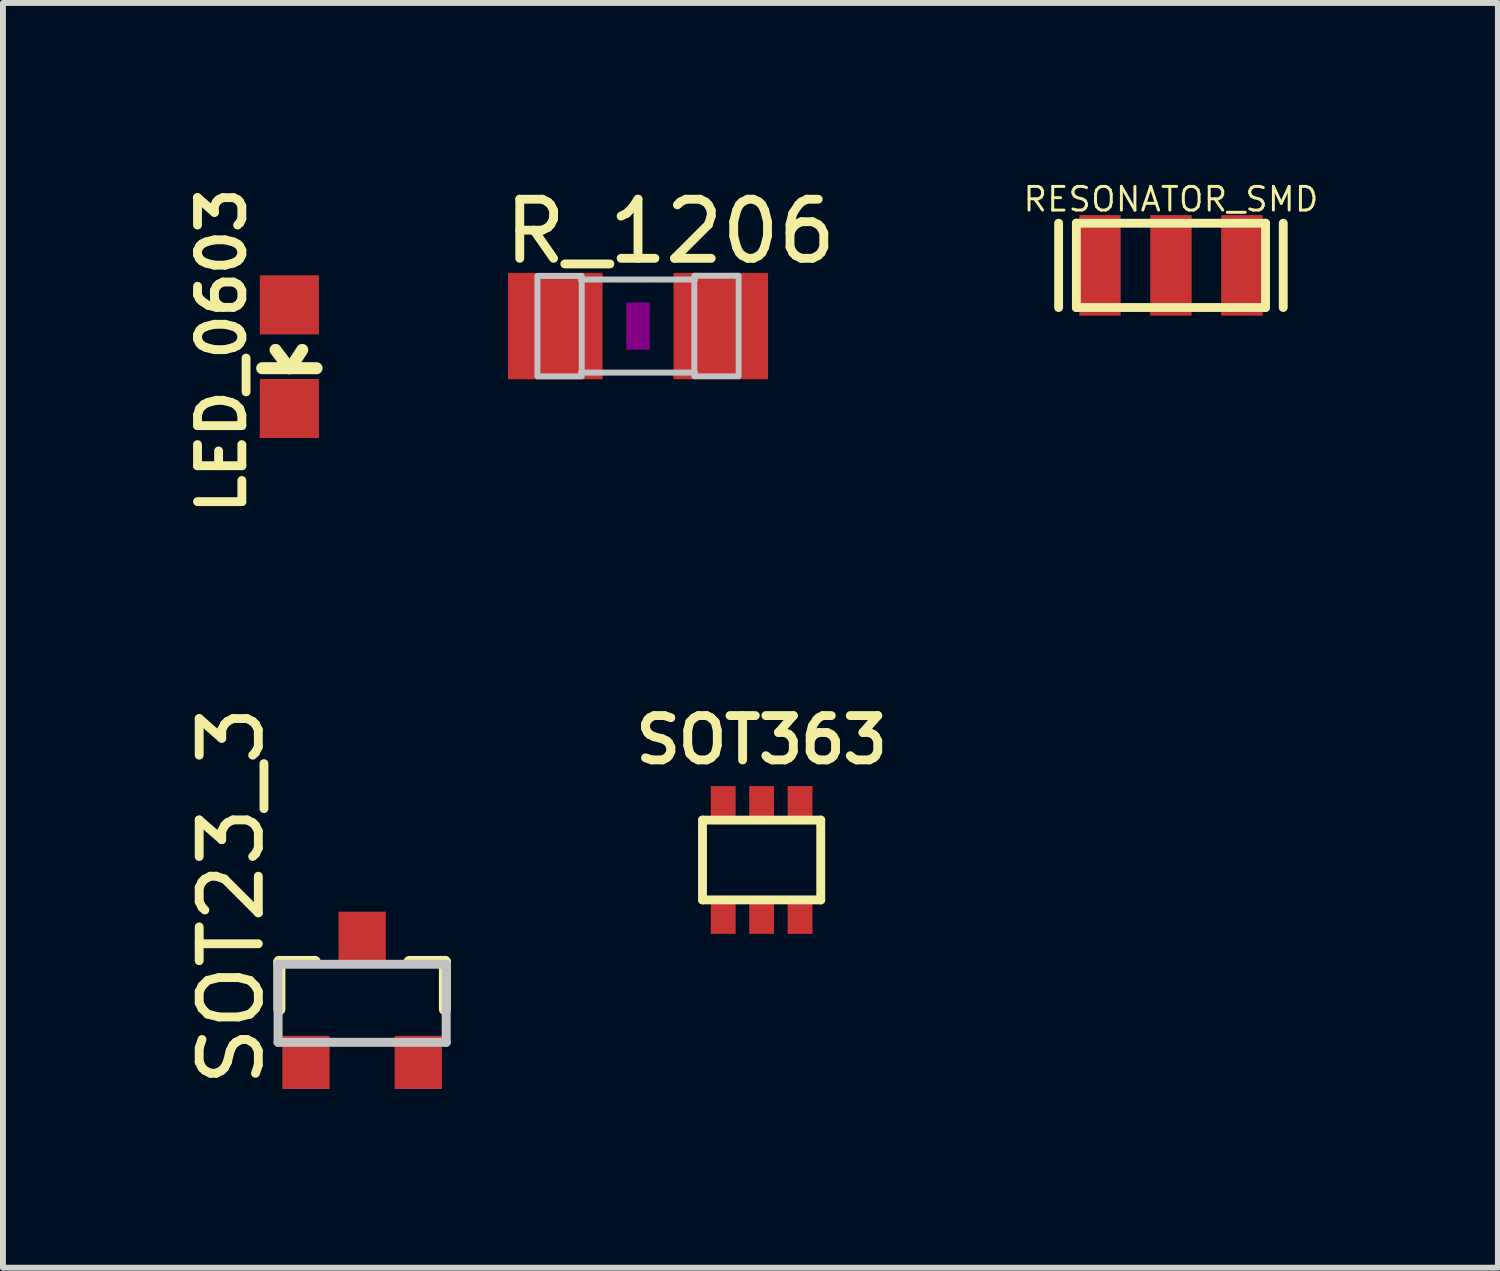
<source format=kicad_pcb>
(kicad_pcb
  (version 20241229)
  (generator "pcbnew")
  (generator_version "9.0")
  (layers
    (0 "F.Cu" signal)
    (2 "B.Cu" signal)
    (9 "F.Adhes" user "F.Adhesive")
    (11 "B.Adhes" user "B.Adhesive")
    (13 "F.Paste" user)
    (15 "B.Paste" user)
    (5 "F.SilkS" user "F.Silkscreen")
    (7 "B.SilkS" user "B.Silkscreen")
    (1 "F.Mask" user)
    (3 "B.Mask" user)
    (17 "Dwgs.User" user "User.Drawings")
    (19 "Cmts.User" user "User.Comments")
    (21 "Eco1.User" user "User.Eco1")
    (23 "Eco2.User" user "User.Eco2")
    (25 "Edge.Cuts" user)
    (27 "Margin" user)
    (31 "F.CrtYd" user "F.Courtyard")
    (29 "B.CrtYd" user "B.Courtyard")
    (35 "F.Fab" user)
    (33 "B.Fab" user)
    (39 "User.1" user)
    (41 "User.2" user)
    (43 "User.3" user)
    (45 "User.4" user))
  (footprint "R_1206"
    (layer "F.Cu")
    (at 7.743 2.466)
    (property "Reference" "R_1206" (at -2.337 -1.016 0) (layer "F.SilkS") (effects (font (size 1 1) (thickness 0.15)) (justify left bottom)))
    (attr through_hole)
    (fp_poly (pts (xy -0.2 0.4) (xy 0.2 0.4) (xy 0.2 -0.4) (xy -0.2 -0.4)) (stroke (width 0) (type solid)) (fill yes) (layer "F.Adhes"))
    (fp_line (start -0.965 -0.787) (end 0.965 -0.787) (stroke (width 0.102) (type solid)) (layer "Dwgs.User"))
    (fp_line (start -0.965 0.787) (end 0.965 0.787) (stroke (width 0.102) (type solid)) (layer "Dwgs.User"))
    (fp_poly (pts (xy -1.702 0.851) (xy -0.952 0.851) (xy -0.952 -0.849) (xy -1.702 -0.849)) (stroke (width 0.1) (type solid)) (fill no) (layer "Dwgs.User"))
    (fp_poly (pts (xy 0.952 0.849) (xy 1.702 0.849) (xy 1.702 -0.851) (xy 0.952 -0.851)) (stroke (width 0.1) (type solid)) (fill no) (layer "Dwgs.User"))
    (pad "1" smd rect (at -1.4 0) (size 1.6 1.8) (layers "F.Cu" "F.Mask" "F.Paste"))
    (pad "2" smd rect (at 1.4 0) (size 1.6 1.8) (layers "F.Cu" "F.Mask" "F.Paste")))
  (footprint "LED_0603"
    (layer "F.Cu")
    (at 1.845 2.984)
    (property "Reference" "LED_0603" (at -1.143 -0.102 90) (layer "F.SilkS") (effects (font (size 0.75 0.75) (thickness 0.15))))
    (attr through_hole)
    (fp_line (start -0.46 0.195) (end 0 0.195) (stroke (width 0.203) (type solid)) (layer "F.SilkS"))
    (fp_line (start 0 0.195) (end -0.234 -0.115) (stroke (width 0.203) (type solid)) (layer "F.SilkS"))
    (fp_line (start 0.025 0.18) (end 0.218 -0.115) (stroke (width 0.203) (type solid)) (layer "F.SilkS"))
    (fp_line (start 0.46 0.195) (end 0 0.195) (stroke (width 0.203) (type solid)) (layer "F.SilkS"))
    (pad "1" smd rect (at 0 0.877) (size 1 1) (layers "F.Cu" "F.Mask" "F.Paste"))
    (pad "2" smd rect (at 0 -0.877) (size 1 1) (layers "F.Cu" "F.Mask" "F.Paste")))
  (footprint "SOT363"
    (layer "F.Cu")
    (at 9.834 11.498)
    (property "Reference" "SOT363" (at 0 -2.032 0) (layer "F.SilkS") (effects (font (size 0.75 0.75) (thickness 0.15))))
    (attr through_hole)
    (fp_line (start -1 -0.675) (end -1 0.675) (stroke (width 0.15) (type solid)) (layer "F.SilkS"))
    (fp_line (start -1 -0.675) (end 1 -0.675) (stroke (width 0.15) (type solid)) (layer "F.SilkS"))
    (fp_line (start -1 0.675) (end 1 0.675) (stroke (width 0.15) (type solid)) (layer "F.SilkS"))
    (fp_line (start 1 -0.675) (end 1 0.675) (stroke (width 0.15) (type solid)) (layer "F.SilkS"))
    (pad "1" smd rect (at -0.65 -0.95) (size 0.42 0.6) (layers "F.Cu" "F.Mask" "F.Paste"))
    (pad "2" smd rect (at -0.65 0.95) (size 0.42 0.6) (layers "F.Cu" "F.Mask" "F.Paste"))
    (pad "3" smd rect (at 0 -0.95) (size 0.42 0.6) (layers "F.Cu" "F.Mask" "F.Paste"))
    (pad "4" smd rect (at 0 0.95) (size 0.42 0.6) (layers "F.Cu" "F.Mask" "F.Paste"))
    (pad "5" smd rect (at 0.65 -0.95) (size 0.42 0.6) (layers "F.Cu" "F.Mask" "F.Paste"))
    (pad "6" smd rect (at 0.65 0.95) (size 0.42 0.6) (layers "F.Cu" "F.Mask" "F.Paste")))
  (footprint "RESONATOR_SMD"
    (layer "F.Cu")
    (at 16.758 1.439)
    (property "Reference" "RESONATOR_SMD" (at 0 -1.118 0) (layer "F.SilkS") (effects (font (size 0.4 0.4) (thickness 0.05))))
    (attr through_hole)
    (fp_line (start -1.9 -0.713) (end -1.9 0.713) (stroke (width 0.15) (type solid)) (layer "F.SilkS"))
    (fp_line (start -1.6 -0.713) (end -1.6 0.713) (stroke (width 0.15) (type solid)) (layer "F.SilkS"))
    (fp_line (start -1.6 -0.713) (end 1.6 -0.713) (stroke (width 0.15) (type solid)) (layer "F.SilkS"))
    (fp_line (start 1.6 -0.713) (end 1.6 0.713) (stroke (width 0.15) (type solid)) (layer "F.SilkS"))
    (fp_line (start 1.6 0.713) (end -1.6 0.713) (stroke (width 0.15) (type solid)) (layer "F.SilkS"))
    (fp_line (start 1.9 -0.713) (end 1.9 0.713) (stroke (width 0.15) (type solid)) (layer "F.SilkS"))
    (pad "1" smd rect (at -1.2 0) (size 0.7 1.7) (layers "F.Cu" "F.Mask" "F.Paste"))
    (pad "2" smd rect (at 1.2 0) (size 0.7 1.7) (layers "F.Cu" "F.Mask" "F.Paste"))
    (pad "3" smd rect (at 0 0) (size 0.7 1.7) (layers "F.Cu" "F.Mask" "F.Paste")))
  (footprint "SOT23_3"
    (layer "F.Cu")
    (at 3.076 13.922)
    (property "Reference" "SOT23_3" (at -1.626 1.473 270) (layer "F.SilkS") (effects (font (size 1 1) (thickness 0.15)) (justify left bottom)))
    (attr through_hole)
    (fp_line (start -1.4 -0.7) (end -1.4 0.1) (stroke (width 0.203) (type solid)) (layer "F.SilkS"))
    (fp_line (start -0.8 -0.7) (end -1.4 -0.7) (stroke (width 0.203) (type solid)) (layer "F.SilkS"))
    (fp_line (start 0.8 -0.7) (end 1.4 -0.7) (stroke (width 0.203) (type solid)) (layer "F.SilkS"))
    (fp_line (start 1.4 -0.7) (end 1.4 0.1) (stroke (width 0.203) (type solid)) (layer "F.SilkS"))
    (fp_line (start -1.422 -0.66) (end 1.422 -0.66) (stroke (width 0.152) (type solid)) (layer "Dwgs.User"))
    (fp_line (start -1.422 0.66) (end -1.422 -0.66) (stroke (width 0.152) (type solid)) (layer "Dwgs.User"))
    (fp_line (start 1.422 -0.66) (end 1.422 0.66) (stroke (width 0.152) (type solid)) (layer "Dwgs.User"))
    (fp_line (start 1.422 0.66) (end -1.422 0.66) (stroke (width 0.152) (type solid)) (layer "Dwgs.User"))
    (pad "1" smd rect (at -0.95 1) (size 0.8 0.9) (layers "F.Cu" "F.Mask" "F.Paste"))
    (pad "2" smd rect (at 0.95 1) (size 0.8 0.9) (layers "F.Cu" "F.Mask" "F.Paste"))
    (pad "3" smd rect (at 0 -1.1) (size 0.8 0.9) (layers "F.Cu" "F.Mask" "F.Paste")))
  (gr_rect
    (start -3 -3)
    (end 22.289 18.395)
    (stroke (width 0.1) (type default))
    (fill no)
    (layer "Edge.Cuts")))
</source>
